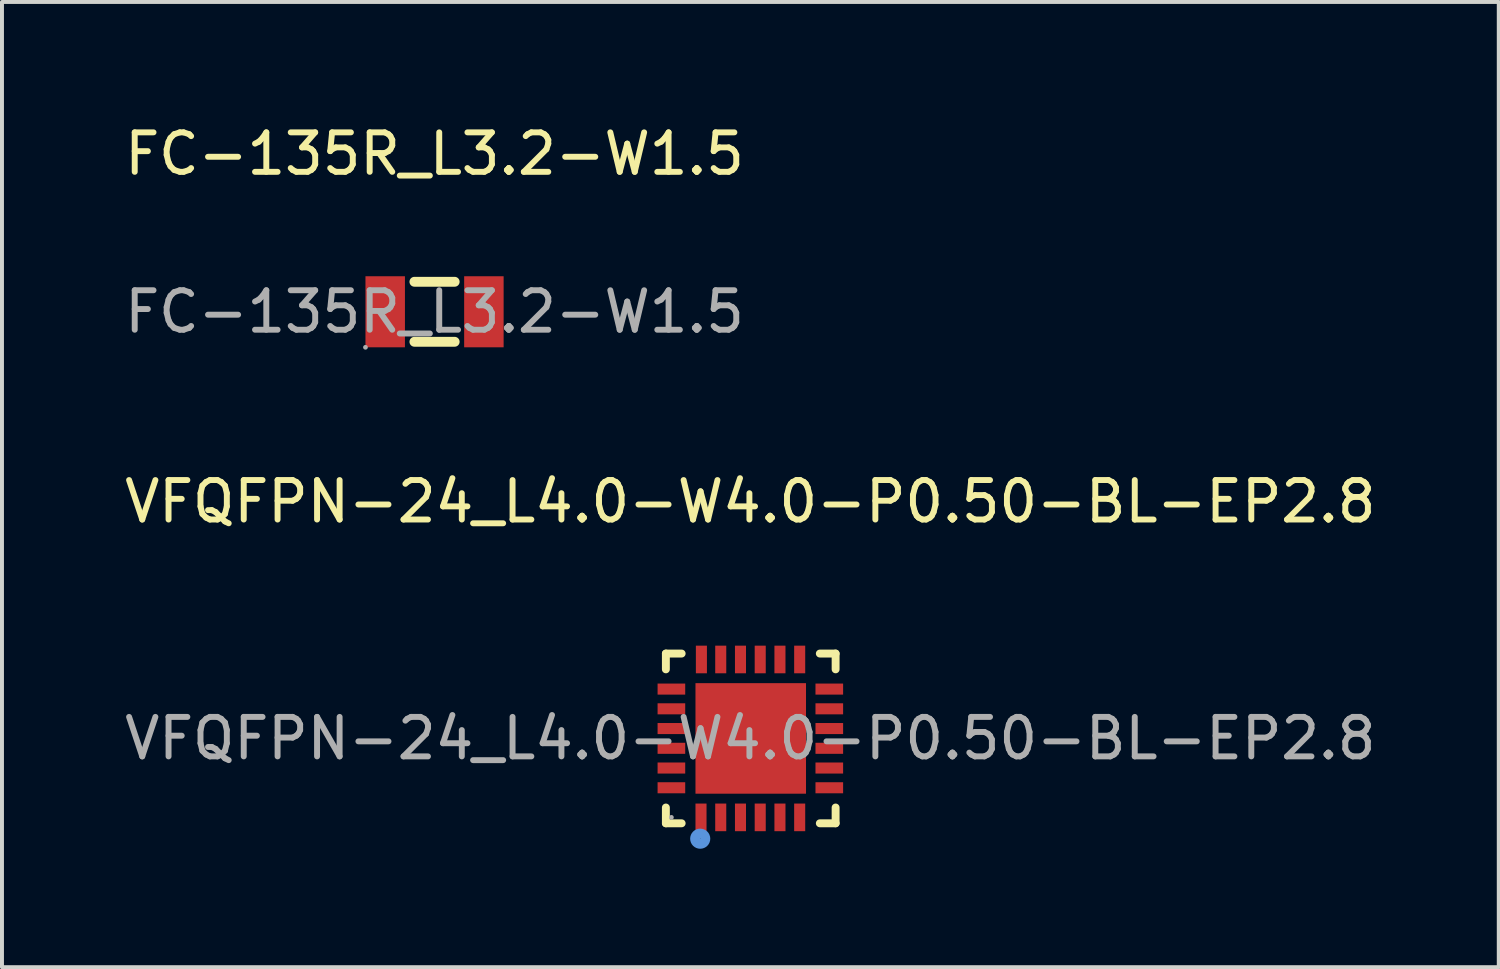
<source format=kicad_pcb>
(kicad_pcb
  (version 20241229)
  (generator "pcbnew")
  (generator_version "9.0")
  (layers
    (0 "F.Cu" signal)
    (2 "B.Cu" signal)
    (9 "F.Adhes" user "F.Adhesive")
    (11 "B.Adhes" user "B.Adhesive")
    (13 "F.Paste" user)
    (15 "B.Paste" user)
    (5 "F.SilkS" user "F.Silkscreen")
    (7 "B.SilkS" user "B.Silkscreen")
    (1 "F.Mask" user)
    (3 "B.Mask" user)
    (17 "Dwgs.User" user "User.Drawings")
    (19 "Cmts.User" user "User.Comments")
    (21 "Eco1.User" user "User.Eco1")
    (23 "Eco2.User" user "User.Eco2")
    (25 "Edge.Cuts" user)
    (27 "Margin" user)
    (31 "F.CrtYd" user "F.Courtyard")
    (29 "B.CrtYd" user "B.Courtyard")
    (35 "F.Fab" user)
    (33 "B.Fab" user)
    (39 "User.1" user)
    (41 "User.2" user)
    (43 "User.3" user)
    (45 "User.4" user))
  (footprint "VFQFPN-24_L4.0-W4.0-P0.50-BL-EP2.8"
    (layer "F.Cu")
    (at 15.958 15.656)
    (property "Reference" "VFQFPN-24_L4.0-W4.0-P0.50-BL-EP2.8" (at 0 -6 0) (layer "F.SilkS") (effects (font (size 1 1) (thickness 0.15))))
    (attr smd)
    (fp_line (start -2.14 -2.15) (end -1.74 -2.15) (stroke (width 0.2) (type solid)) (layer "F.SilkS"))
    (fp_line (start -2.14 -1.75) (end -2.14 -2.15) (stroke (width 0.2) (type solid)) (layer "F.SilkS"))
    (fp_line (start -2.14 2.15) (end -2.14 1.75) (stroke (width 0.2) (type solid)) (layer "F.SilkS"))
    (fp_line (start -1.74 2.15) (end -2.14 2.15) (stroke (width 0.2) (type solid)) (layer "F.SilkS"))
    (fp_line (start 2.16 -2.15) (end 1.76 -2.15) (stroke (width 0.2) (type solid)) (layer "F.SilkS"))
    (fp_line (start 2.16 -1.75) (end 2.16 -2.15) (stroke (width 0.2) (type solid)) (layer "F.SilkS"))
    (fp_line (start 2.16 1.75) (end 2.16 2.15) (stroke (width 0.2) (type solid)) (layer "F.SilkS"))
    (fp_line (start 2.16 2.15) (end 1.76 2.15) (stroke (width 0.2) (type solid)) (layer "F.SilkS"))
    (fp_circle (center -1.27 2.54) (end -1.14 2.54) (stroke (width 0.25) (type solid)) (fill no) (layer "Cmts.User"))
    (fp_circle (center -2 2) (end -1.97 2) (stroke (width 0.06) (type solid)) (fill no) (layer "F.Fab"))
    (fp_text user "${REFERENCE}" (at 0 0 0) (layer "F.Fab") (effects (font (size 1 1) (thickness 0.15))))
    (pad "1" smd rect (at -1.25 2 180) (size 0.28 0.7) (layers "F.Cu" "F.Mask" "F.Paste"))
    (pad "2" smd rect (at -0.75 2 180) (size 0.28 0.7) (layers "F.Cu" "F.Mask" "F.Paste"))
    (pad "3" smd rect (at -0.25 2 180) (size 0.28 0.7) (layers "F.Cu" "F.Mask" "F.Paste"))
    (pad "4" smd rect (at 0.25 2 180) (size 0.28 0.7) (layers "F.Cu" "F.Mask" "F.Paste"))
    (pad "5" smd rect (at 0.75 2 180) (size 0.28 0.7) (layers "F.Cu" "F.Mask" "F.Paste"))
    (pad "6" smd rect (at 1.25 2 180) (size 0.28 0.7) (layers "F.Cu" "F.Mask" "F.Paste"))
    (pad "7" smd rect (at 2 1.25 90) (size 0.28 0.7) (layers "F.Cu" "F.Mask" "F.Paste"))
    (pad "8" smd rect (at 2 0.75 90) (size 0.28 0.7) (layers "F.Cu" "F.Mask" "F.Paste"))
    (pad "9" smd rect (at 2 0.25 90) (size 0.28 0.7) (layers "F.Cu" "F.Mask" "F.Paste"))
    (pad "10" smd rect (at 2 -0.25 90) (size 0.28 0.7) (layers "F.Cu" "F.Mask" "F.Paste"))
    (pad "11" smd rect (at 2 -0.75 90) (size 0.28 0.7) (layers "F.Cu" "F.Mask" "F.Paste"))
    (pad "12" smd rect (at 2 -1.25 90) (size 0.28 0.7) (layers "F.Cu" "F.Mask" "F.Paste"))
    (pad "13" smd rect (at 1.25 -2 180) (size 0.28 0.7) (layers "F.Cu" "F.Mask" "F.Paste"))
    (pad "14" smd rect (at 0.75 -2 180) (size 0.28 0.7) (layers "F.Cu" "F.Mask" "F.Paste"))
    (pad "15" smd rect (at 0.25 -2 180) (size 0.28 0.7) (layers "F.Cu" "F.Mask" "F.Paste"))
    (pad "16" smd rect (at -0.25 -2 180) (size 0.28 0.7) (layers "F.Cu" "F.Mask" "F.Paste"))
    (pad "17" smd rect (at -0.75 -2 180) (size 0.28 0.7) (layers "F.Cu" "F.Mask" "F.Paste"))
    (pad "18" smd rect (at -1.24 -2 180) (size 0.28 0.7) (layers "F.Cu" "F.Mask" "F.Paste"))
    (pad "19" smd rect (at -2 -1.25 90) (size 0.28 0.7) (layers "F.Cu" "F.Mask" "F.Paste"))
    (pad "20" smd rect (at -2 -0.75 90) (size 0.28 0.7) (layers "F.Cu" "F.Mask" "F.Paste"))
    (pad "21" smd rect (at -2 -0.25 90) (size 0.28 0.7) (layers "F.Cu" "F.Mask" "F.Paste"))
    (pad "22" smd rect (at -2 0.25 90) (size 0.28 0.7) (layers "F.Cu" "F.Mask" "F.Paste"))
    (pad "23" smd rect (at -2 0.75 90) (size 0.28 0.7) (layers "F.Cu" "F.Mask" "F.Paste"))
    (pad "24" smd rect (at -2 1.25 90) (size 0.28 0.7) (layers "F.Cu" "F.Mask" "F.Paste"))
    (pad "25" smd rect (at 0.01 0 90) (size 2.8 2.8) (layers "F.Cu" "F.Mask" "F.Paste")))
  (footprint "FC-135R_L3.2-W1.5"
    (layer "F.Cu")
    (at 7.958 4.848)
    (property "Reference" "FC-135R_L3.2-W1.5" (at 0 -4 0) (layer "F.SilkS") (effects (font (size 1 1) (thickness 0.15))))
    (attr smd)
    (fp_line (start -0.51 -0.76) (end 0.51 -0.76) (stroke (width 0.25) (type solid)) (layer "F.SilkS"))
    (fp_line (start 0.51 0.76) (end -0.51 0.76) (stroke (width 0.25) (type solid)) (layer "F.SilkS"))
    (fp_circle (center -1.75 0.9) (end -1.72 0.9) (stroke (width 0.06) (type solid)) (fill no) (layer "F.Fab"))
    (fp_text user "${REFERENCE}" (at 0 0 0) (layer "F.Fab") (effects (font (size 1 1) (thickness 0.15))))
    (pad "1" smd rect (at -1.25 0 90) (size 1.8 1) (layers "F.Cu" "F.Mask" "F.Paste"))
    (pad "2" smd rect (at 1.25 0 90) (size 1.8 1) (layers "F.Cu" "F.Mask" "F.Paste")))
  (gr_rect
    (start -3 -3)
    (end 34.917 21.451)
    (stroke (width 0.1) (type default))
    (fill no)
    (layer "Edge.Cuts")))
</source>
